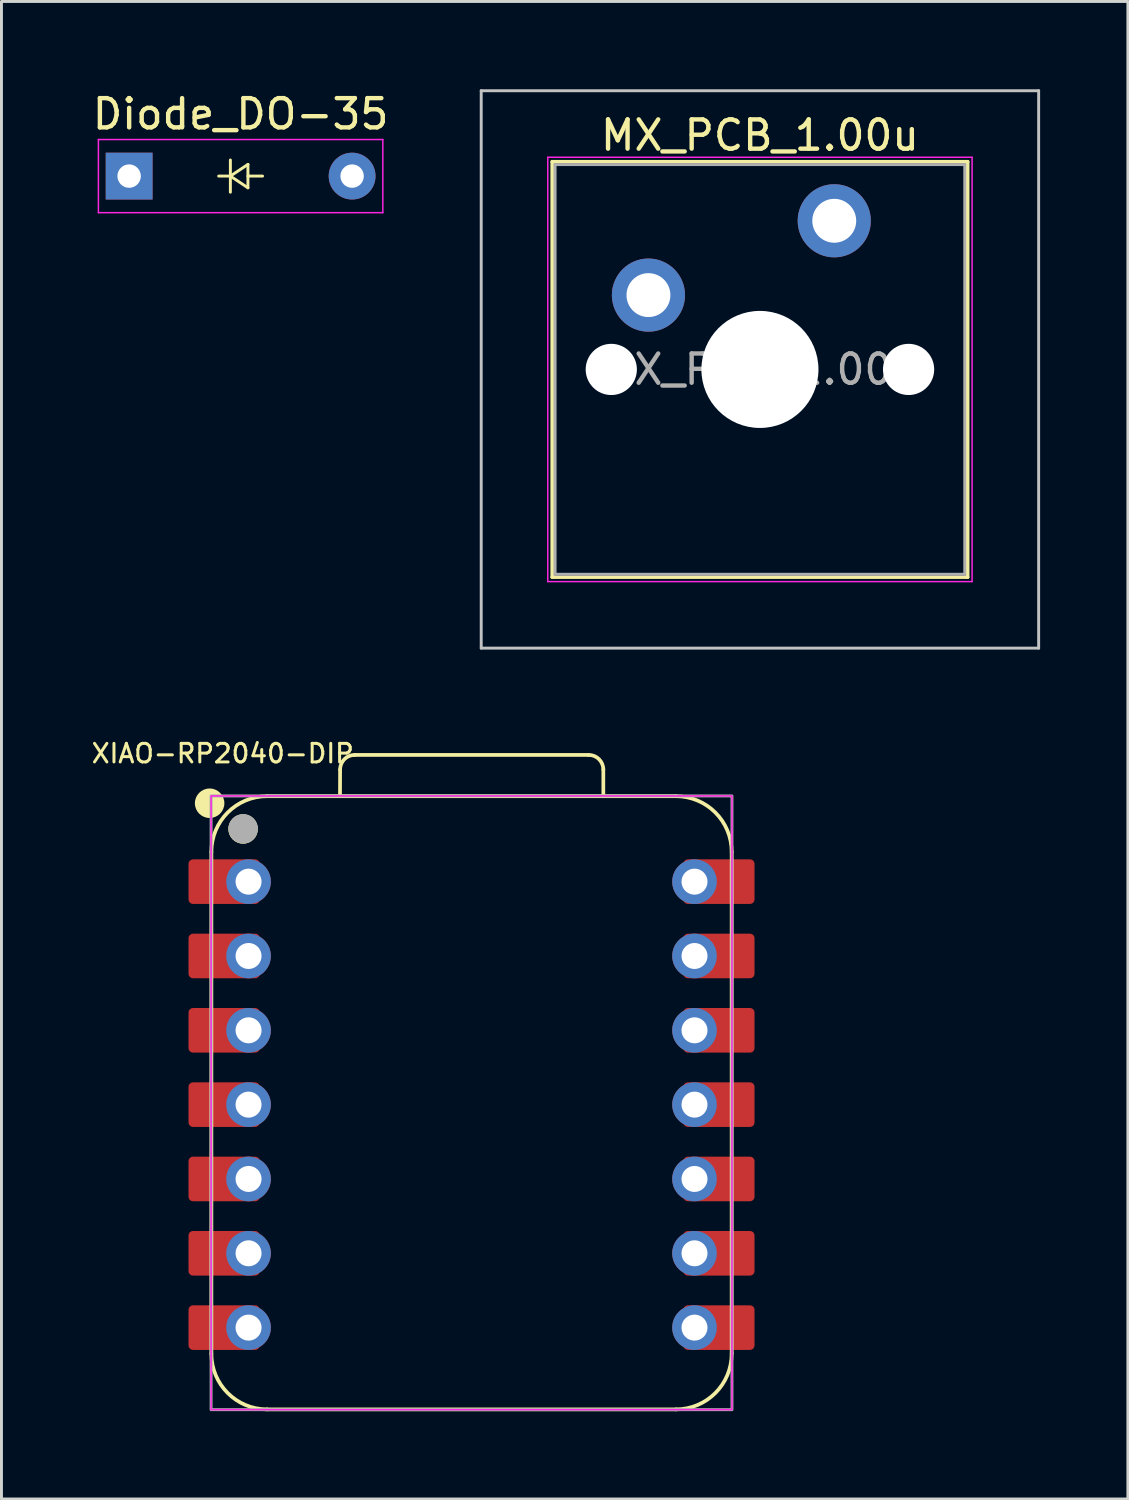
<source format=kicad_pcb>
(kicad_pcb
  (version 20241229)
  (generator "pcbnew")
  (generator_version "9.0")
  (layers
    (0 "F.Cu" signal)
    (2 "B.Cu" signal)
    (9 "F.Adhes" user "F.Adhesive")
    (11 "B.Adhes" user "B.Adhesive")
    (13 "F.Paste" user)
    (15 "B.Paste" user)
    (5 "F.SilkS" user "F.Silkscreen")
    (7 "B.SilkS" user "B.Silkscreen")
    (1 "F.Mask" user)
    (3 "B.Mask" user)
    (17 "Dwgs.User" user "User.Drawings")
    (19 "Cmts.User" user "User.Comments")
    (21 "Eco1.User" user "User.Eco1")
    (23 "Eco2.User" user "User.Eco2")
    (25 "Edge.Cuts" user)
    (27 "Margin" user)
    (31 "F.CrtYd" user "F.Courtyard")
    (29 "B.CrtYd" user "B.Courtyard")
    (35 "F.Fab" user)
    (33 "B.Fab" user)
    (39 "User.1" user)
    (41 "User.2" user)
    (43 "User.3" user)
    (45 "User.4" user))
  (footprint "Diode_DO-35"
    (layer "F.Cu")
    (at 1.363 2.968)
    (property "Reference" "Diode_DO-35" (at 3.81 -2.12 180) (layer "F.SilkS") (effects (font (size 1 1) (thickness 0.15))))
    (attr through_hole)
    (fp_line (start 3.06 0) (end 3.46 0) (stroke (width 0.1) (type solid)) (layer "F.SilkS"))
    (fp_line (start 3.46 -0.55) (end 3.46 0.55) (stroke (width 0.1) (type solid)) (layer "F.SilkS"))
    (fp_line (start 3.46 0) (end 4.06 -0.4) (stroke (width 0.1) (type solid)) (layer "F.SilkS"))
    (fp_line (start 4.06 -0.4) (end 4.06 0.4) (stroke (width 0.1) (type solid)) (layer "F.SilkS"))
    (fp_line (start 4.06 0) (end 4.56 0) (stroke (width 0.1) (type solid)) (layer "F.SilkS"))
    (fp_line (start 4.06 0.4) (end 3.46 0) (stroke (width 0.1) (type solid)) (layer "F.SilkS"))
    (fp_line (start -1.05 -1.25) (end -1.05 1.25) (stroke (width 0.05) (type solid)) (layer "F.CrtYd"))
    (fp_line (start -1.05 1.25) (end 8.67 1.25) (stroke (width 0.05) (type solid)) (layer "F.CrtYd"))
    (fp_line (start 8.67 -1.25) (end -1.05 -1.25) (stroke (width 0.05) (type solid)) (layer "F.CrtYd"))
    (fp_line (start 8.67 1.25) (end 8.67 -1.25) (stroke (width 0.05) (type solid)) (layer "F.CrtYd"))
    (pad "1" thru_hole rect (at 0 0) (size 1.6 1.6) (drill 0.8) (layers "*.Cu" "*.Mask"))
    (pad "2" thru_hole oval (at 7.62 0) (size 1.6 1.6) (drill 0.8) (layers "*.Cu" "*.Mask")))
  (footprint "MX_PCB_1.00u"
    (layer "F.Cu")
    (at 22.92 9.575)
    (property "Reference" "MX_PCB_1.00u" (at 0 -8 0) (layer "F.SilkS") (effects (font (size 1 1) (thickness 0.15))))
    (attr through_hole)
    (fp_line (start -7.1 -7.1) (end -7.1 7.1) (stroke (width 0.12) (type solid)) (layer "F.SilkS"))
    (fp_line (start -7.1 7.1) (end 7.1 7.1) (stroke (width 0.12) (type solid)) (layer "F.SilkS"))
    (fp_line (start 7.1 -7.1) (end -7.1 -7.1) (stroke (width 0.12) (type solid)) (layer "F.SilkS"))
    (fp_line (start 7.1 7.1) (end 7.1 -7.1) (stroke (width 0.12) (type solid)) (layer "F.SilkS"))
    (fp_line (start -9.525 -9.525) (end -9.525 9.525) (stroke (width 0.1) (type solid)) (layer "Dwgs.User"))
    (fp_line (start -9.525 9.525) (end 9.525 9.525) (stroke (width 0.1) (type solid)) (layer "Dwgs.User"))
    (fp_line (start 9.525 -9.525) (end -9.525 -9.525) (stroke (width 0.1) (type solid)) (layer "Dwgs.User"))
    (fp_line (start 9.525 9.525) (end 9.525 -9.525) (stroke (width 0.1) (type solid)) (layer "Dwgs.User"))
    (fp_line (start -7 -7) (end -7 7) (stroke (width 0.1) (type solid)) (layer "Eco1.User"))
    (fp_line (start -7 7) (end 7 7) (stroke (width 0.1) (type solid)) (layer "Eco1.User"))
    (fp_line (start 7 -7) (end -7 -7) (stroke (width 0.1) (type solid)) (layer "Eco1.User"))
    (fp_line (start 7 7) (end 7 -7) (stroke (width 0.1) (type solid)) (layer "Eco1.User"))
    (fp_line (start -7.25 -7.25) (end -7.25 7.25) (stroke (width 0.05) (type solid)) (layer "F.CrtYd"))
    (fp_line (start -7.25 7.25) (end 7.25 7.25) (stroke (width 0.05) (type solid)) (layer "F.CrtYd"))
    (fp_line (start 7.25 -7.25) (end -7.25 -7.25) (stroke (width 0.05) (type solid)) (layer "F.CrtYd"))
    (fp_line (start 7.25 7.25) (end 7.25 -7.25) (stroke (width 0.05) (type solid)) (layer "F.CrtYd"))
    (fp_line (start -7 -7) (end -7 7) (stroke (width 0.1) (type solid)) (layer "F.Fab"))
    (fp_line (start -7 7) (end 7 7) (stroke (width 0.1) (type solid)) (layer "F.Fab"))
    (fp_line (start 7 -7) (end -7 -7) (stroke (width 0.1) (type solid)) (layer "F.Fab"))
    (fp_line (start 7 7) (end 7 -7) (stroke (width 0.1) (type solid)) (layer "F.Fab"))
    (fp_text user "${REFERENCE}" (at 0 0 0) (layer "F.Fab") (effects (font (size 1 1) (thickness 0.15))))
    (pad "" np_thru_hole circle (at -5.08 0) (size 1.75 1.75) (drill 1.75) (layers "*.Cu" "*.Mask"))
    (pad "" np_thru_hole circle (at 0 0) (size 4 4) (drill 4) (layers "*.Cu" "*.Mask"))
    (pad "" np_thru_hole circle (at 5.08 0) (size 1.75 1.75) (drill 1.75) (layers "*.Cu" "*.Mask"))
    (pad "1" thru_hole circle (at -3.81 -2.54) (size 2.5 2.5) (drill 1.5) (layers "*.Cu" "*.Mask"))
    (pad "2" thru_hole circle (at 2.54 -5.08) (size 2.5 2.5) (drill 1.5) (layers "*.Cu" "*.Mask")))
  (footprint "XIAO-RP2040-DIP"
    (layer "F.Cu")
    (at 13.064 34.7)
    (property "Reference" "XIAO-RP2040-DIP" (at -8.5 -12 0) (unlocked yes) (layer "F.SilkS") (effects (font (size 0.635 0.635) (thickness 0.102))))
    (attr smd)
    (fp_line (start -8.89 8.509) (end -8.89 -8.636) (stroke (width 0.127) (type solid)) (layer "F.SilkS"))
    (fp_line (start -6.985 10.414) (end 6.985 10.414) (stroke (width 0.127) (type solid)) (layer "F.SilkS"))
    (fp_line (start -4.495 -10.541) (end -4.491 -11.451) (stroke (width 0.127) (type solid)) (layer "F.SilkS"))
    (fp_line (start -3.991 -11.951) (end 4.004 -11.951) (stroke (width 0.127) (type solid)) (layer "F.SilkS"))
    (fp_line (start 4.504 -11.451) (end 4.504 -10.541) (stroke (width 0.127) (type solid)) (layer "F.SilkS"))
    (fp_line (start 6.985 -10.541) (end -6.985 -10.541) (stroke (width 0.1) (type solid)) (layer "F.SilkS"))
    (fp_line (start 6.985 -10.541) (end -6.985 -10.541) (stroke (width 0.127) (type solid)) (layer "F.SilkS"))
    (fp_line (start 8.89 8.509) (end 8.89 -8.636) (stroke (width 0.127) (type solid)) (layer "F.SilkS"))
    (fp_arc (start -8.89 -8.636) (mid -8.332038 -9.983038) (end -6.985 -10.541) (stroke (width 0.127) (type solid)) (layer "F.SilkS"))
    (fp_arc (start -6.985 10.414) (mid -8.332038 9.856038) (end -8.89 8.509) (stroke (width 0.127) (type solid)) (layer "F.SilkS"))
    (fp_arc (start -4.491272 -11.451272) (mid -4.344724 -11.804644) (end -3.991272 -11.951) (stroke (width 0.127) (type default)) (layer "F.SilkS"))
    (fp_arc (start 4.004 -11.951) (mid 4.357553 -11.804553) (end 4.504 -11.451) (stroke (width 0.127) (type default)) (layer "F.SilkS"))
    (fp_arc (start 6.985 -10.541) (mid 8.332038 -9.983038) (end 8.89 -8.636) (stroke (width 0.127) (type solid)) (layer "F.SilkS"))
    (fp_arc (start 8.89 8.509) (mid 8.332038 9.856038) (end 6.985 10.414) (stroke (width 0.127) (type solid)) (layer "F.SilkS"))
    (fp_circle (center -8.95 -10.3) (end -8.95 -10.554) (stroke (width 0.5) (type solid)) (fill yes) (layer "F.SilkS"))
    (fp_circle (center -7.807 -9.42) (end -7.807 -9.674) (stroke (width 0.5) (type solid)) (fill yes) (layer "F.SilkS"))
    (fp_rect (start -8.9 -10.55) (end 8.9 10.425) (stroke (width 0.05) (type default)) (fill no) (layer "F.CrtYd"))
    (fp_rect (start -8.9 -10.55) (end 8.9 10.425) (stroke (width 0.1) (type default)) (fill no) (layer "F.Fab"))
    (fp_circle (center -7.804 -9.426) (end -7.804 -9.68) (stroke (width 0.5) (type solid)) (fill no) (layer "F.Fab"))
    (pad "1" smd roundrect (at -8.455 -7.62 180) (size 2.432 1.524) (layers "F.Cu" "F.Mask") (roundrect_rratio 0.1))
    (pad "1" thru_hole circle (at -7.62 -7.62 180) (size 1.524 1.524) (drill 0.889) (layers "*.Cu" "*.Mask"))
    (pad "2" smd roundrect (at -8.455 -5.08 180) (size 2.432 1.524) (layers "F.Cu" "F.Mask") (roundrect_rratio 0.1))
    (pad "2" thru_hole circle (at -7.62 -5.08 180) (size 1.524 1.524) (drill 0.889) (layers "*.Cu" "*.Mask"))
    (pad "3" smd roundrect (at -8.455 -2.54 180) (size 2.432 1.524) (layers "F.Cu" "F.Mask") (roundrect_rratio 0.1))
    (pad "3" thru_hole circle (at -7.62 -2.54 180) (size 1.524 1.524) (drill 0.889) (layers "*.Cu" "*.Mask"))
    (pad "4" smd roundrect (at -8.455 0 180) (size 2.432 1.524) (layers "F.Cu" "F.Mask") (roundrect_rratio 0.1))
    (pad "4" thru_hole circle (at -7.62 0 180) (size 1.524 1.524) (drill 0.889) (layers "*.Cu" "*.Mask"))
    (pad "5" smd roundrect (at -8.455 2.54 180) (size 2.432 1.524) (layers "F.Cu" "F.Mask") (roundrect_rratio 0.1))
    (pad "5" thru_hole circle (at -7.62 2.54 180) (size 1.524 1.524) (drill 0.889) (layers "*.Cu" "*.Mask"))
    (pad "6" smd roundrect (at -8.455 5.08 180) (size 2.432 1.524) (layers "F.Cu" "F.Mask") (roundrect_rratio 0.1))
    (pad "6" thru_hole circle (at -7.62 5.08 180) (size 1.524 1.524) (drill 0.889) (layers "*.Cu" "*.Mask"))
    (pad "7" smd roundrect (at -8.455 7.62 180) (size 2.432 1.524) (layers "F.Cu" "F.Mask") (roundrect_rratio 0.1))
    (pad "7" thru_hole circle (at -7.62 7.62 180) (size 1.524 1.524) (drill 0.889) (layers "*.Cu" "*.Mask"))
    (pad "8" thru_hole circle (at 7.62 7.62) (size 1.524 1.524) (drill 0.889) (layers "*.Cu" "*.Mask"))
    (pad "8" smd roundrect (at 8.455 7.62) (size 2.432 1.524) (layers "F.Cu" "F.Mask") (roundrect_rratio 0.1))
    (pad "9" thru_hole circle (at 7.62 5.08) (size 1.524 1.524) (drill 0.889) (layers "*.Cu" "*.Mask"))
    (pad "9" smd roundrect (at 8.455 5.08) (size 2.432 1.524) (layers "F.Cu" "F.Mask") (roundrect_rratio 0.1))
    (pad "10" thru_hole circle (at 7.62 2.54) (size 1.524 1.524) (drill 0.889) (layers "*.Cu" "*.Mask"))
    (pad "10" smd roundrect (at 8.455 2.54) (size 2.432 1.524) (layers "F.Cu" "F.Mask") (roundrect_rratio 0.1))
    (pad "11" thru_hole circle (at 7.62 0) (size 1.524 1.524) (drill 0.889) (layers "*.Cu" "*.Mask"))
    (pad "11" smd roundrect (at 8.455 0) (size 2.432 1.524) (layers "F.Cu" "F.Mask") (roundrect_rratio 0.1))
    (pad "12" thru_hole circle (at 7.62 -2.54) (size 1.524 1.524) (drill 0.889) (layers "*.Cu" "*.Mask"))
    (pad "12" smd roundrect (at 8.455 -2.54) (size 2.432 1.524) (layers "F.Cu" "F.Mask") (roundrect_rratio 0.1))
    (pad "13" thru_hole circle (at 7.62 -5.08) (size 1.524 1.524) (drill 0.889) (layers "*.Cu" "*.Mask"))
    (pad "13" smd roundrect (at 8.455 -5.08) (size 2.432 1.524) (layers "F.Cu" "F.Mask") (roundrect_rratio 0.1))
    (pad "14" thru_hole circle (at 7.62 -7.62) (size 1.524 1.524) (drill 0.889) (layers "*.Cu" "*.Mask"))
    (pad "14" smd roundrect (at 8.455 -7.62) (size 2.432 1.524) (layers "F.Cu" "F.Mask") (roundrect_rratio 0.1)))
  (gr_rect
    (start -3 -3)
    (end 35.495 48.177)
    (stroke (width 0.1) (type default))
    (fill no)
    (layer "Edge.Cuts")))
</source>
